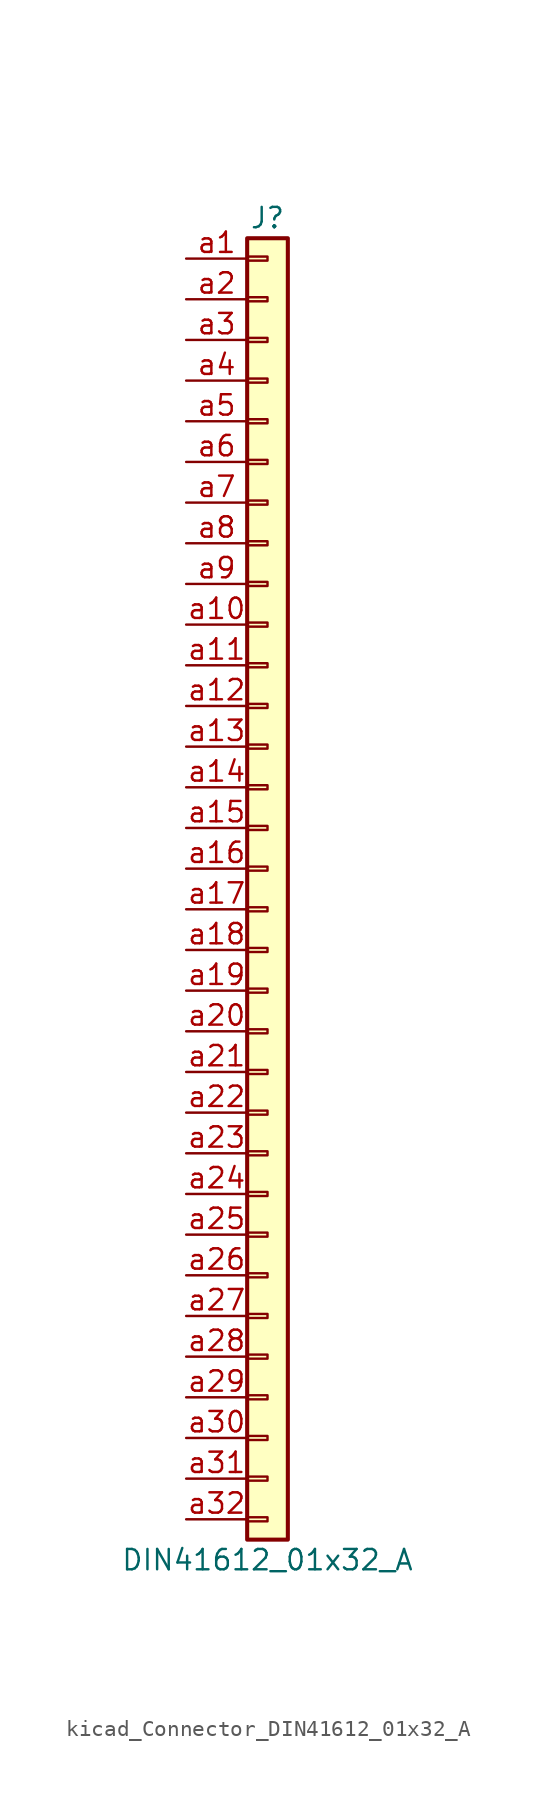
<source format=kicad_sym>
(kicad_symbol_lib
  (version 20220914)
  (generator kicad_symbol_editor)
  (symbol "kicad_Connector_DIN41612_01x32_A"
    (pin_names
      (offset 1.016) hide)
    (property "Reference" "J"
      (at 0 40.64 0)
      (effects (font (size 1.27 1.27))))
    (property "Value" "DIN41612_01x32_A"
      (at 0 -43.18 0)
      (effects (font (size 1.27 1.27))))
    (symbol "kicad_Connector_DIN41612_01x32_A_1_1"
      (rectangle (start -1.27 -40.513) (end 0 -40.767) (stroke (width 0.152) (type default)) (fill (type none)))
      (rectangle (start -1.27 -37.973) (end 0 -38.227) (stroke (width 0.152) (type default)) (fill (type none)))
      (rectangle (start -1.27 -35.433) (end 0 -35.687) (stroke (width 0.152) (type default)) (fill (type none)))
      (rectangle (start -1.27 -32.893) (end 0 -33.147) (stroke (width 0.152) (type default)) (fill (type none)))
      (rectangle (start -1.27 -30.353) (end 0 -30.607) (stroke (width 0.152) (type default)) (fill (type none)))
      (rectangle (start -1.27 -27.813) (end 0 -28.067) (stroke (width 0.152) (type default)) (fill (type none)))
      (rectangle (start -1.27 -25.273) (end 0 -25.527) (stroke (width 0.152) (type default)) (fill (type none)))
      (rectangle (start -1.27 -22.733) (end 0 -22.987) (stroke (width 0.152) (type default)) (fill (type none)))
      (rectangle (start -1.27 -20.193) (end 0 -20.447) (stroke (width 0.152) (type default)) (fill (type none)))
      (rectangle (start -1.27 -17.653) (end 0 -17.907) (stroke (width 0.152) (type default)) (fill (type none)))
      (rectangle (start -1.27 -15.113) (end 0 -15.367) (stroke (width 0.152) (type default)) (fill (type none)))
      (rectangle (start -1.27 -12.573) (end 0 -12.827) (stroke (width 0.152) (type default)) (fill (type none)))
      (rectangle (start -1.27 -10.033) (end 0 -10.287) (stroke (width 0.152) (type default)) (fill (type none)))
      (rectangle (start -1.27 -7.493) (end 0 -7.747) (stroke (width 0.152) (type default)) (fill (type none)))
      (rectangle (start -1.27 -4.953) (end 0 -5.207) (stroke (width 0.152) (type default)) (fill (type none)))
      (rectangle (start -1.27 -2.413) (end 0 -2.667) (stroke (width 0.152) (type default)) (fill (type none)))
      (rectangle (start -1.27 0.127) (end 0 -0.127) (stroke (width 0.152) (type default)) (fill (type none)))
      (rectangle (start -1.27 2.667) (end 0 2.413) (stroke (width 0.152) (type default)) (fill (type none)))
      (rectangle (start -1.27 5.207) (end 0 4.953) (stroke (width 0.152) (type default)) (fill (type none)))
      (rectangle (start -1.27 7.747) (end 0 7.493) (stroke (width 0.152) (type default)) (fill (type none)))
      (rectangle (start -1.27 10.287) (end 0 10.033) (stroke (width 0.152) (type default)) (fill (type none)))
      (rectangle (start -1.27 12.827) (end 0 12.573) (stroke (width 0.152) (type default)) (fill (type none)))
      (rectangle (start -1.27 15.367) (end 0 15.113) (stroke (width 0.152) (type default)) (fill (type none)))
      (rectangle (start -1.27 17.907) (end 0 17.653) (stroke (width 0.152) (type default)) (fill (type none)))
      (rectangle (start -1.27 20.447) (end 0 20.193) (stroke (width 0.152) (type default)) (fill (type none)))
      (rectangle (start -1.27 22.987) (end 0 22.733) (stroke (width 0.152) (type default)) (fill (type none)))
      (rectangle (start -1.27 25.527) (end 0 25.273) (stroke (width 0.152) (type default)) (fill (type none)))
      (rectangle (start -1.27 28.067) (end 0 27.813) (stroke (width 0.152) (type default)) (fill (type none)))
      (rectangle (start -1.27 30.607) (end 0 30.353) (stroke (width 0.152) (type default)) (fill (type none)))
      (rectangle (start -1.27 33.147) (end 0 32.893) (stroke (width 0.152) (type default)) (fill (type none)))
      (rectangle (start -1.27 35.687) (end 0 35.433) (stroke (width 0.152) (type default)) (fill (type none)))
      (rectangle (start -1.27 38.227) (end 0 37.973) (stroke (width 0.152) (type default)) (fill (type none)))
      (rectangle (start -1.27 39.37) (end 1.27 -41.91) (stroke (width 0.254) (type default)) (fill (type background)))
      (pin passive line (at -5.08 38.1 0) (length 3.81) (name "Pin_a1" (effects (font (size 1.27 1.27)))) (number "a1" (effects (font (size 1.27 1.27)))))
      (pin passive line (at -5.08 15.24 0) (length 3.81) (name "Pin_a10" (effects (font (size 1.27 1.27)))) (number "a10" (effects (font (size 1.27 1.27)))))
      (pin passive line (at -5.08 12.7 0) (length 3.81) (name "Pin_a11" (effects (font (size 1.27 1.27)))) (number "a11" (effects (font (size 1.27 1.27)))))
      (pin passive line (at -5.08 10.16 0) (length 3.81) (name "Pin_a12" (effects (font (size 1.27 1.27)))) (number "a12" (effects (font (size 1.27 1.27)))))
      (pin passive line (at -5.08 7.62 0) (length 3.81) (name "Pin_a13" (effects (font (size 1.27 1.27)))) (number "a13" (effects (font (size 1.27 1.27)))))
      (pin passive line (at -5.08 5.08 0) (length 3.81) (name "Pin_a14" (effects (font (size 1.27 1.27)))) (number "a14" (effects (font (size 1.27 1.27)))))
      (pin passive line (at -5.08 2.54 0) (length 3.81) (name "Pin_a15" (effects (font (size 1.27 1.27)))) (number "a15" (effects (font (size 1.27 1.27)))))
      (pin passive line (at -5.08 0 0) (length 3.81) (name "Pin_a16" (effects (font (size 1.27 1.27)))) (number "a16" (effects (font (size 1.27 1.27)))))
      (pin passive line (at -5.08 -2.54 0) (length 3.81) (name "Pin_a17" (effects (font (size 1.27 1.27)))) (number "a17" (effects (font (size 1.27 1.27)))))
      (pin passive line (at -5.08 -5.08 0) (length 3.81) (name "Pin_a18" (effects (font (size 1.27 1.27)))) (number "a18" (effects (font (size 1.27 1.27)))))
      (pin passive line (at -5.08 -7.62 0) (length 3.81) (name "Pin_a19" (effects (font (size 1.27 1.27)))) (number "a19" (effects (font (size 1.27 1.27)))))
      (pin passive line (at -5.08 35.56 0) (length 3.81) (name "Pin_a2" (effects (font (size 1.27 1.27)))) (number "a2" (effects (font (size 1.27 1.27)))))
      (pin passive line (at -5.08 -10.16 0) (length 3.81) (name "Pin_a20" (effects (font (size 1.27 1.27)))) (number "a20" (effects (font (size 1.27 1.27)))))
      (pin passive line (at -5.08 -12.7 0) (length 3.81) (name "Pin_a21" (effects (font (size 1.27 1.27)))) (number "a21" (effects (font (size 1.27 1.27)))))
      (pin passive line (at -5.08 -15.24 0) (length 3.81) (name "Pin_a22" (effects (font (size 1.27 1.27)))) (number "a22" (effects (font (size 1.27 1.27)))))
      (pin passive line (at -5.08 -17.78 0) (length 3.81) (name "Pin_a23" (effects (font (size 1.27 1.27)))) (number "a23" (effects (font (size 1.27 1.27)))))
      (pin passive line (at -5.08 -20.32 0) (length 3.81) (name "Pin_a24" (effects (font (size 1.27 1.27)))) (number "a24" (effects (font (size 1.27 1.27)))))
      (pin passive line (at -5.08 -22.86 0) (length 3.81) (name "Pin_a25" (effects (font (size 1.27 1.27)))) (number "a25" (effects (font (size 1.27 1.27)))))
      (pin passive line (at -5.08 -25.4 0) (length 3.81) (name "Pin_a26" (effects (font (size 1.27 1.27)))) (number "a26" (effects (font (size 1.27 1.27)))))
      (pin passive line (at -5.08 -27.94 0) (length 3.81) (name "Pin_a27" (effects (font (size 1.27 1.27)))) (number "a27" (effects (font (size 1.27 1.27)))))
      (pin passive line (at -5.08 -30.48 0) (length 3.81) (name "Pin_a28" (effects (font (size 1.27 1.27)))) (number "a28" (effects (font (size 1.27 1.27)))))
      (pin passive line (at -5.08 -33.02 0) (length 3.81) (name "Pin_a29" (effects (font (size 1.27 1.27)))) (number "a29" (effects (font (size 1.27 1.27)))))
      (pin passive line (at -5.08 33.02 0) (length 3.81) (name "Pin_a3" (effects (font (size 1.27 1.27)))) (number "a3" (effects (font (size 1.27 1.27)))))
      (pin passive line (at -5.08 -35.56 0) (length 3.81) (name "Pin_a30" (effects (font (size 1.27 1.27)))) (number "a30" (effects (font (size 1.27 1.27)))))
      (pin passive line (at -5.08 -38.1 0) (length 3.81) (name "Pin_a31" (effects (font (size 1.27 1.27)))) (number "a31" (effects (font (size 1.27 1.27)))))
      (pin passive line (at -5.08 -40.64 0) (length 3.81) (name "Pin_a32" (effects (font (size 1.27 1.27)))) (number "a32" (effects (font (size 1.27 1.27)))))
      (pin passive line (at -5.08 30.48 0) (length 3.81) (name "Pin_a4" (effects (font (size 1.27 1.27)))) (number "a4" (effects (font (size 1.27 1.27)))))
      (pin passive line (at -5.08 27.94 0) (length 3.81) (name "Pin_a5" (effects (font (size 1.27 1.27)))) (number "a5" (effects (font (size 1.27 1.27)))))
      (pin passive line (at -5.08 25.4 0) (length 3.81) (name "Pin_a6" (effects (font (size 1.27 1.27)))) (number "a6" (effects (font (size 1.27 1.27)))))
      (pin passive line (at -5.08 22.86 0) (length 3.81) (name "Pin_a7" (effects (font (size 1.27 1.27)))) (number "a7" (effects (font (size 1.27 1.27)))))
      (pin passive line (at -5.08 20.32 0) (length 3.81) (name "Pin_a8" (effects (font (size 1.27 1.27)))) (number "a8" (effects (font (size 1.27 1.27)))))
      (pin passive line (at -5.08 17.78 0) (length 3.81) (name "Pin_a9" (effects (font (size 1.27 1.27)))) (number "a9" (effects (font (size 1.27 1.27))))))))
</source>
